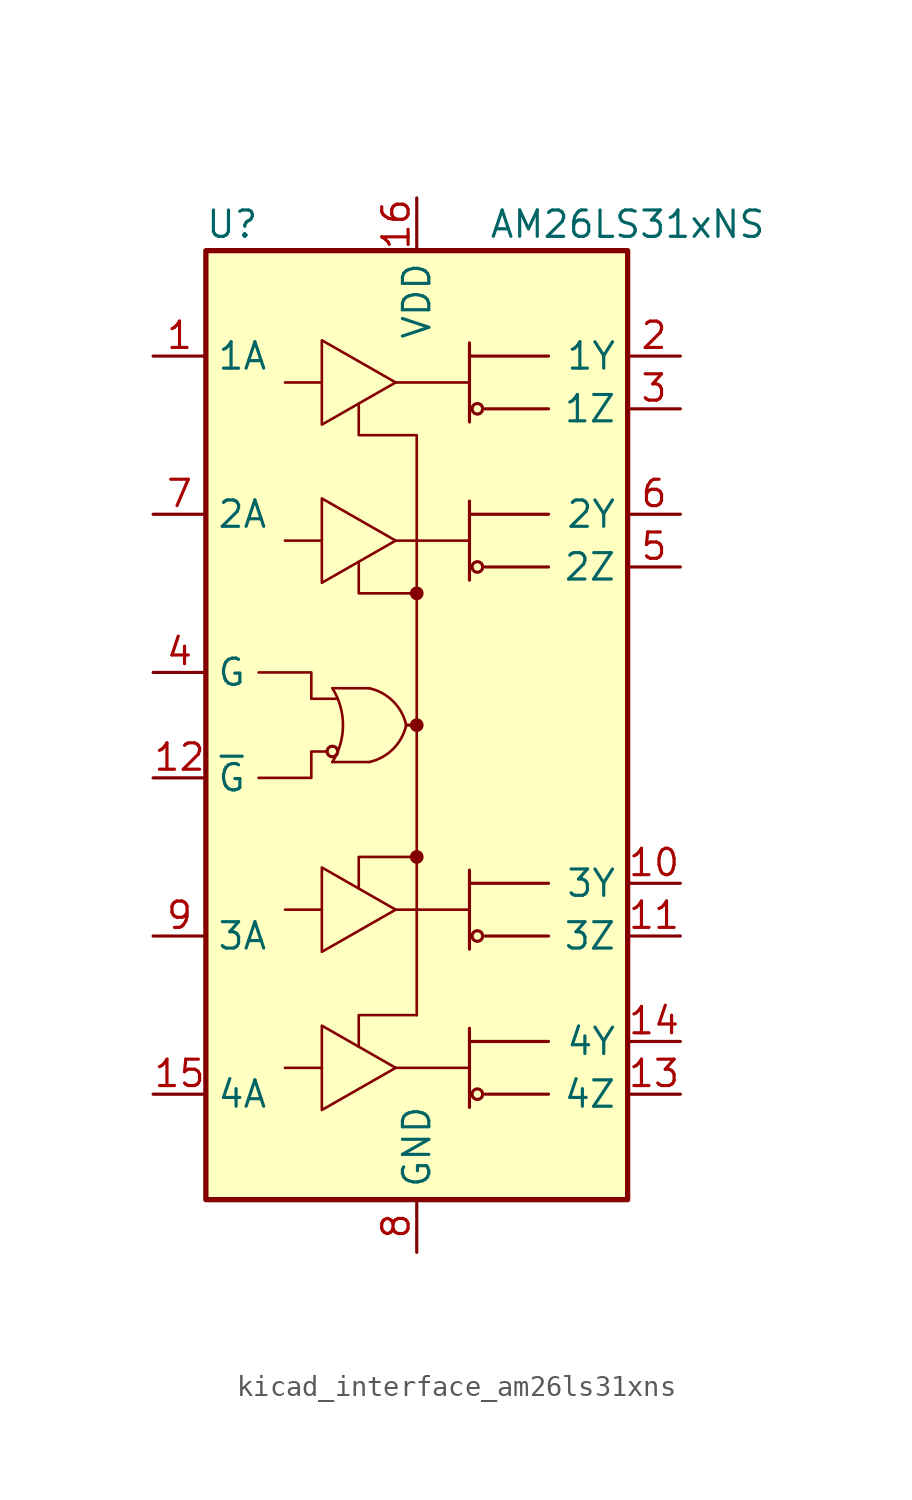
<source format=kicad_sym>
(kicad_symbol_lib
  (version 20220914)
  (generator kicad_symbol_editor)
  (symbol "kicad_interface_am26ls31xns"
    (property "Reference" "U"
      (at -8.89 24.13 0)
      (effects (font (size 1.27 1.27))))
    (property "Value" "AM26LS31xNS"
      (at 10.16 24.13 0)
      (effects (font (size 1.27 1.27))))
    (symbol "kicad_interface_am26ls31xns_0_1"
      (rectangle (start -10.16 22.86) (end 10.16 -22.86) (stroke (width 0.254) (type default)) (fill (type background)))
      (arc (start -4.064 -1.778) (mid -3.5541 0) (end -4.064 1.778) (stroke (width 0.127) (type default)) (fill (type none)))
      (circle (center -4.064 -1.27) (radius 0.254) (stroke (width 0) (type default)) (fill (type none)))
      (arc (start -2.286 -1.778) (mid -1.1381 -1.1479) (end -0.508 0) (stroke (width 0.127) (type default)) (fill (type none)))
      (arc (start -0.508 0) (mid -1.1381 1.1479) (end -2.286 1.778) (stroke (width 0.127) (type default)) (fill (type none)))
      (circle (center 0 -6.35) (radius 0.254) (stroke (width 0) (type default)) (fill (type outline)))
      (polyline (pts (xy -4.064 -1.778) (xy -2.286 -1.778)) (stroke (width 0.127) (type default)) (fill (type none)))
      (polyline (pts (xy -2.286 1.778) (xy -4.064 1.778)) (stroke (width 0.127) (type default)) (fill (type none)))
      (polyline (pts (xy -1.016 -16.51) (xy 2.54 -16.51)) (stroke (width 0.127) (type default)) (fill (type none)))
      (polyline (pts (xy -1.016 -8.89) (xy 2.54 -8.89)) (stroke (width 0.127) (type default)) (fill (type none)))
      (polyline (pts (xy -1.016 8.89) (xy 2.54 8.89)) (stroke (width 0.127) (type default)) (fill (type none)))
      (polyline (pts (xy -1.016 16.51) (xy 2.54 16.51)) (stroke (width 0.127) (type default)) (fill (type none)))
      (polyline (pts (xy -0.508 0) (xy 0 0)) (stroke (width 0) (type default)) (fill (type none)))
      (polyline (pts (xy 0 0) (xy 0 -13.97)) (stroke (width 0.127) (type default)) (fill (type none)))
      (polyline (pts (xy 0 6.35) (xy 0 0)) (stroke (width 0.127) (type default)) (fill (type none)))
      (polyline (pts (xy 2.54 -18.415) (xy 2.54 -14.605)) (stroke (width 0.152) (type default)) (fill (type none)))
      (polyline (pts (xy 2.54 -15.24) (xy 6.35 -15.24)) (stroke (width 0.152) (type default)) (fill (type none)))
      (polyline (pts (xy 2.54 -10.795) (xy 2.54 -6.985)) (stroke (width 0.152) (type default)) (fill (type none)))
      (polyline (pts (xy 2.54 -7.62) (xy 6.35 -7.62)) (stroke (width 0.152) (type default)) (fill (type none)))
      (polyline (pts (xy 2.54 6.985) (xy 2.54 10.795)) (stroke (width 0.152) (type default)) (fill (type none)))
      (polyline (pts (xy 2.54 10.16) (xy 6.35 10.16)) (stroke (width 0.152) (type default)) (fill (type none)))
      (polyline (pts (xy 2.54 14.605) (xy 2.54 18.415)) (stroke (width 0.152) (type default)) (fill (type none)))
      (polyline (pts (xy 2.54 17.78) (xy 6.35 17.78)) (stroke (width 0.152) (type default)) (fill (type none)))
      (polyline (pts (xy 6.35 -17.78) (xy 3.302 -17.78)) (stroke (width 0.152) (type default)) (fill (type none)))
      (polyline (pts (xy 6.35 -10.16) (xy 3.302 -10.16)) (stroke (width 0.152) (type default)) (fill (type none)))
      (polyline (pts (xy 6.35 7.62) (xy 3.302 7.62)) (stroke (width 0.152) (type default)) (fill (type none)))
      (polyline (pts (xy 6.35 15.24) (xy 3.302 15.24)) (stroke (width 0.152) (type default)) (fill (type none)))
      (polyline (pts (xy 0 -13.97) (xy -2.794 -13.97) (xy -2.794 -15.494)) (stroke (width 0.127) (type default)) (fill (type none)))
      (polyline (pts (xy 0 -6.35) (xy -2.794 -6.35) (xy -2.794 -7.874)) (stroke (width 0.127) (type default)) (fill (type none)))
      (polyline (pts (xy 0 6.35) (xy -2.794 6.35) (xy -2.794 7.874)) (stroke (width 0.127) (type default)) (fill (type none)))
      (polyline (pts (xy -7.62 2.54) (xy -5.08 2.54) (xy -5.08 1.27) (xy -3.81 1.27)) (stroke (width 0.127) (type default)) (fill (type none)))
      (polyline (pts (xy -4.572 18.542) (xy -4.572 14.478) (xy -1.016 16.51) (xy -4.572 18.542)) (stroke (width 0.127) (type default)) (fill (type none)))
      (polyline (pts (xy -4.318 -1.27) (xy -5.08 -1.27) (xy -5.08 -2.54) (xy -7.62 -2.54)) (stroke (width 0.127) (type default)) (fill (type none)))
      (polyline (pts (xy 0 6.35) (xy 0 13.97) (xy -2.794 13.97) (xy -2.794 15.494)) (stroke (width 0.127) (type default)) (fill (type none)))
      (circle (center 0 0) (radius 0.254) (stroke (width 0) (type default)) (fill (type outline)))
      (circle (center 0 6.35) (radius 0.254) (stroke (width 0) (type default)) (fill (type outline)))
      (circle (center 2.921 -17.78) (radius 0.254) (stroke (width 0) (type default)) (fill (type none)))
      (circle (center 2.921 -10.16) (radius 0.254) (stroke (width 0) (type default)) (fill (type none)))
      (circle (center 2.921 7.62) (radius 0.254) (stroke (width 0) (type default)) (fill (type none)))
      (circle (center 2.921 15.24) (radius 0.254) (stroke (width 0) (type default)) (fill (type none))))
    (symbol "kicad_interface_am26ls31xns_1_1"
      (polyline (pts (xy -6.35 -16.51) (xy -4.572 -16.51)) (stroke (width 0.127) (type default)) (fill (type none)))
      (polyline (pts (xy -6.35 -8.89) (xy -4.572 -8.89)) (stroke (width 0.127) (type default)) (fill (type none)))
      (polyline (pts (xy -6.35 8.89) (xy -4.572 8.89)) (stroke (width 0.127) (type default)) (fill (type none)))
      (polyline (pts (xy -6.35 16.51) (xy -4.572 16.51)) (stroke (width 0.127) (type default)) (fill (type none)))
      (polyline (pts (xy -4.572 -14.478) (xy -4.572 -18.542) (xy -1.016 -16.51) (xy -4.572 -14.478)) (stroke (width 0.127) (type default)) (fill (type none)))
      (polyline (pts (xy -4.572 -6.858) (xy -4.572 -10.922) (xy -1.016 -8.89) (xy -4.572 -6.858)) (stroke (width 0.127) (type default)) (fill (type none)))
      (polyline (pts (xy -4.572 10.922) (xy -4.572 6.858) (xy -1.016 8.89) (xy -4.572 10.922)) (stroke (width 0.127) (type default)) (fill (type none)))
      (pin input line (at -12.7 17.78 0) (length 2.54) (name "1A" (effects (font (size 1.27 1.27)))) (number "1" (effects (font (size 1.27 1.27)))))
      (pin tri_state line (at 12.7 -7.62 180) (length 2.54) (name "3Y" (effects (font (size 1.27 1.27)))) (number "10" (effects (font (size 1.27 1.27)))))
      (pin tri_state line (at 12.7 -10.16 180) (length 2.54) (name "3Z" (effects (font (size 1.27 1.27)))) (number "11" (effects (font (size 1.27 1.27)))))
      (pin input line (at -12.7 -2.54 0) (length 2.54) (name "~{G}" (effects (font (size 1.27 1.27)))) (number "12" (effects (font (size 1.27 1.27)))))
      (pin tri_state line (at 12.7 -17.78 180) (length 2.54) (name "4Z" (effects (font (size 1.27 1.27)))) (number "13" (effects (font (size 1.27 1.27)))))
      (pin tri_state line (at 12.7 -15.24 180) (length 2.54) (name "4Y" (effects (font (size 1.27 1.27)))) (number "14" (effects (font (size 1.27 1.27)))))
      (pin input line (at -12.7 -17.78 0) (length 2.54) (name "4A" (effects (font (size 1.27 1.27)))) (number "15" (effects (font (size 1.27 1.27)))))
      (pin power_in line (at 0 25.4 270) (length 2.54) (name "VDD" (effects (font (size 1.27 1.27)))) (number "16" (effects (font (size 1.27 1.27)))))
      (pin tri_state line (at 12.7 17.78 180) (length 2.54) (name "1Y" (effects (font (size 1.27 1.27)))) (number "2" (effects (font (size 1.27 1.27)))))
      (pin tri_state line (at 12.7 15.24 180) (length 2.54) (name "1Z" (effects (font (size 1.27 1.27)))) (number "3" (effects (font (size 1.27 1.27)))))
      (pin input line (at -12.7 2.54 0) (length 2.54) (name "G" (effects (font (size 1.27 1.27)))) (number "4" (effects (font (size 1.27 1.27)))))
      (pin tri_state line (at 12.7 7.62 180) (length 2.54) (name "2Z" (effects (font (size 1.27 1.27)))) (number "5" (effects (font (size 1.27 1.27)))))
      (pin tri_state line (at 12.7 10.16 180) (length 2.54) (name "2Y" (effects (font (size 1.27 1.27)))) (number "6" (effects (font (size 1.27 1.27)))))
      (pin input line (at -12.7 10.16 0) (length 2.54) (name "2A" (effects (font (size 1.27 1.27)))) (number "7" (effects (font (size 1.27 1.27)))))
      (pin power_in line (at 0 -25.4 90) (length 2.54) (name "GND" (effects (font (size 1.27 1.27)))) (number "8" (effects (font (size 1.27 1.27)))))
      (pin input line (at -12.7 -10.16 0) (length 2.54) (name "3A" (effects (font (size 1.27 1.27)))) (number "9" (effects (font (size 1.27 1.27))))))))
</source>
